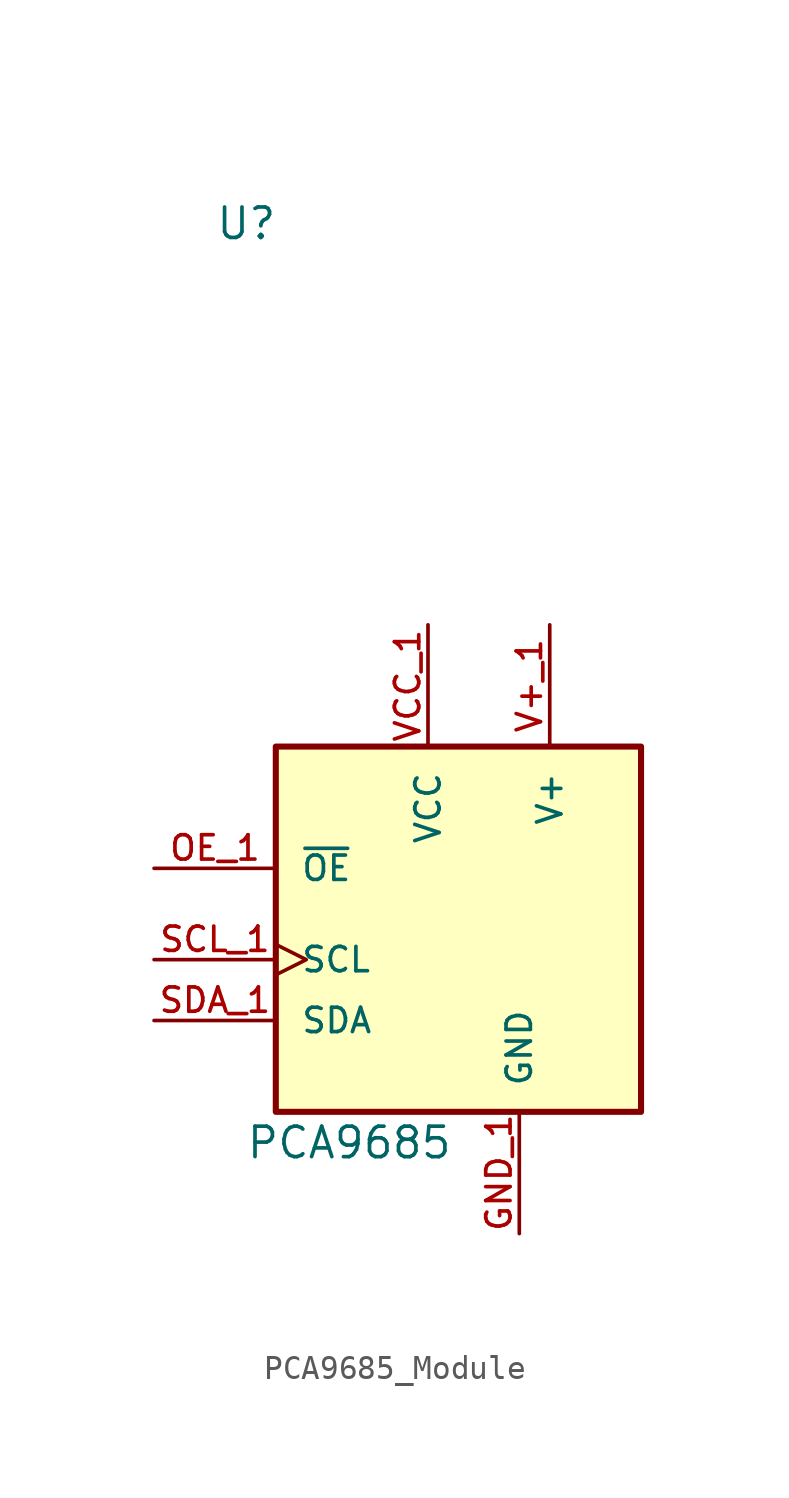
<source format=kicad_sym>
(kicad_symbol_lib
  (version 20231120)
  (generator "kicad_symbol_editor")
  (generator_version "8.0")
  (symbol "PCA9685_Module"
    (pin_names
      (offset 1.016))
    (property "Reference" "U"
      (at -12.7 28.702 0)
      (effects (font (size 1.27 1.27)) (justify left bottom)))
    (property "Value" "PCA9685"
      (at -11.43 -9.652 0)
      (effects (font (size 1.27 1.27)) (justify left bottom)))
    (symbol "PCA9685_Module_0_0"
      (rectangle (start -10.16 7.62) (end 5.08 -7.62) (stroke (width 0.254) (type default)) (fill (type background)))
      (pin power_in line (at 0 -12.7 90) (length 5.08) (name "GND" (effects (font (size 1.016 1.016)))) (number "GND_1" (effects (font (size 1.016 1.016)))))
      (pin input line (at -15.24 2.54 0) (length 5.08) (name "~{OE}" (effects (font (size 1.016 1.016)))) (number "OE_1" (effects (font (size 1.016 1.016)))))
      (pin input clock (at -15.24 -1.27 0) (length 5.08) (name "SCL" (effects (font (size 1.016 1.016)))) (number "SCL_1" (effects (font (size 1.016 1.016)))))
      (pin bidirectional line (at -15.24 -3.81 0) (length 5.08) (name "SDA" (effects (font (size 1.016 1.016)))) (number "SDA_1" (effects (font (size 1.016 1.016)))))
      (pin power_in line (at 1.27 12.7 270) (length 5.08) (name "V+" (effects (font (size 1.016 1.016)))) (number "V+_1" (effects (font (size 1.016 1.016)))))
      (pin power_in line (at -3.81 12.7 270) (length 5.08) (name "VCC" (effects (font (size 1.016 1.016)))) (number "VCC_1" (effects (font (size 1.016 1.016))))))
    (symbol "PCA9685_Module_1_0"
      (pin no_connect line (at 3.81 -12.7 90) (length 5.08) hide (name "GND" (effects (font (size 1.016 1.016)))) (number "GND_2" (effects (font (size 1.016 1.016)))))
      (pin no_connect line (at -15.24 5.08 0) (length 5.08) hide (name "~{OE}" (effects (font (size 1.016 1.016)))) (number "OE_2" (effects (font (size 1.016 1.016)))))
      (pin no_connect clock (at -15.24 0 0) (length 5.08) hide (name "SCL" (effects (font (size 1.016 1.016)))) (number "SCL_2" (effects (font (size 1.016 1.016)))))
      (pin no_connect line (at -15.24 -5.08 0) (length 5.08) hide (name "SDA" (effects (font (size 1.016 1.016)))) (number "SDA_2" (effects (font (size 1.016 1.016)))))
      (pin no_connect line (at -1.27 12.7 270) (length 5.08) hide (name "V+" (effects (font (size 1.016 1.016)))) (number "V+_2" (effects (font (size 1.016 1.016)))))
      (pin no_connect line (at -6.35 12.7 270) (length 5.08) hide (name "VCC" (effects (font (size 1.016 1.016)))) (number "VCC_2" (effects (font (size 1.016 1.016))))))))
</source>
